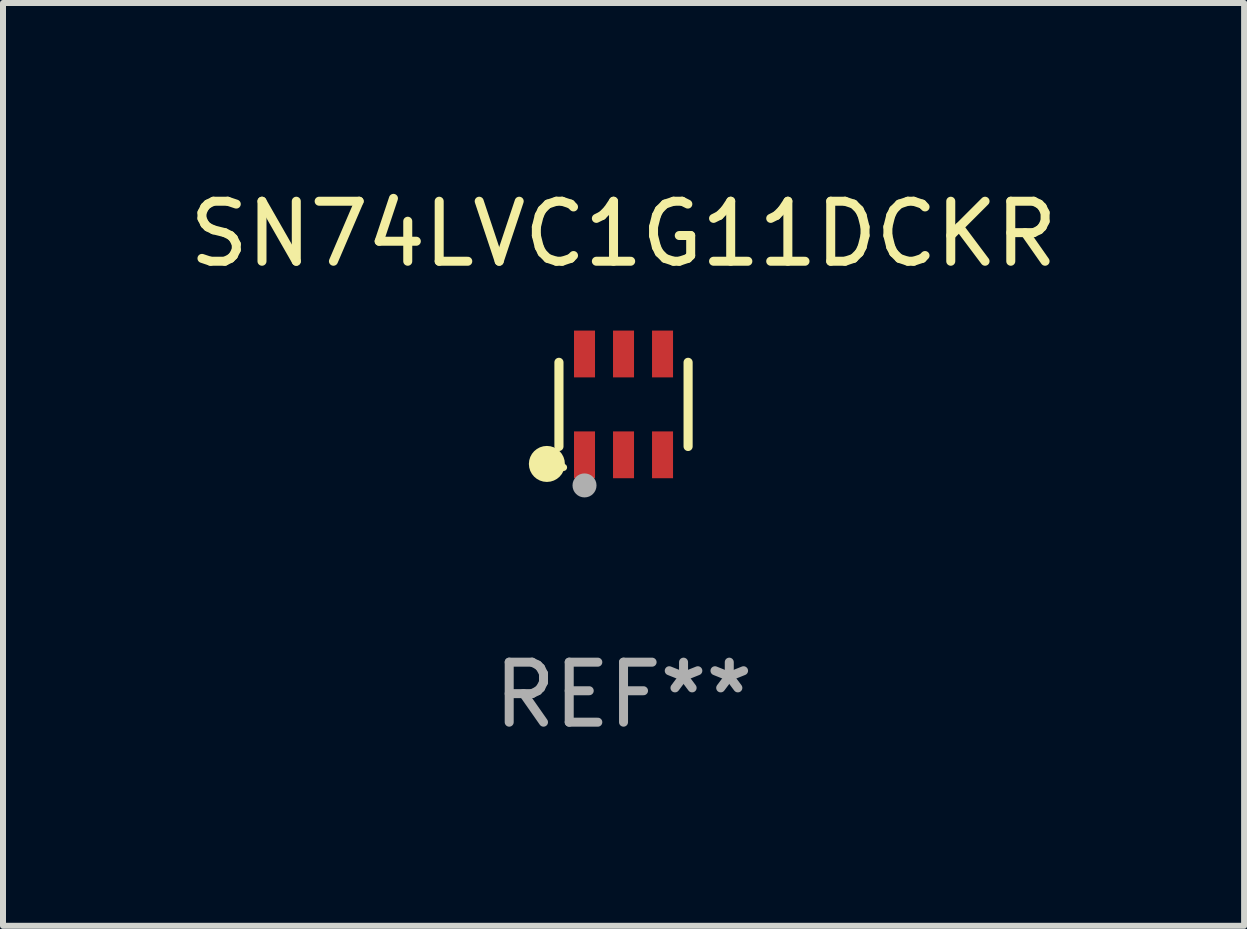
<source format=kicad_pcb>
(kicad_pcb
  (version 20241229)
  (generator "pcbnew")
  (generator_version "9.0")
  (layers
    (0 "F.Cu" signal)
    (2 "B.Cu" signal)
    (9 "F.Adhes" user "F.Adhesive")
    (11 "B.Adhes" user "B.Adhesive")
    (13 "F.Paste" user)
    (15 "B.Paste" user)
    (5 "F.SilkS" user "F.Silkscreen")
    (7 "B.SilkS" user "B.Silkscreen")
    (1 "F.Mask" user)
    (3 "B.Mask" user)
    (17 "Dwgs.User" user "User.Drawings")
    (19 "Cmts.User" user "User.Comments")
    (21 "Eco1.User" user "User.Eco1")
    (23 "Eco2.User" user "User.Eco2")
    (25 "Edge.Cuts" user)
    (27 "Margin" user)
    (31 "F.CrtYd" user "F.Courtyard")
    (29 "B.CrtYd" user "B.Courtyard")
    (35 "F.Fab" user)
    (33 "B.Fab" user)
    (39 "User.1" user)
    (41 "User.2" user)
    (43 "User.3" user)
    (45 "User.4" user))
  (footprint "SN74LVC1G11DCKR"
    (layer "F.Cu")
    (at 7.339 3.688)
    (property "Reference" "SN74LVC1G11DCKR" (at 0 -2.84 0) (layer "F.SilkS") (effects (font (size 1 1) (thickness 0.15))))
    (attr through_hole)
    (fp_line (start -1.076 0.701) (end -1.076 -0.701) (stroke (width 0.152) (type solid)) (layer "F.SilkS"))
    (fp_line (start 1.076 0.701) (end 1.076 -0.701) (stroke (width 0.152) (type solid)) (layer "F.SilkS"))
    (fp_circle (center -1.277 0.992) (end -1.127 0.992) (stroke (width 0.3) (type solid)) (fill no) (layer "F.SilkS"))
    (fp_circle (center -1 1.05) (end -0.97 1.05) (stroke (width 0.06) (type solid)) (fill no) (layer "F.SilkS"))
    (fp_circle (center -0.65 1.35) (end -0.55 1.35) (stroke (width 0.2) (type solid)) (fill no) (layer "F.Fab"))
    (fp_text user "REF**" (at 0 4.84 0) (layer "F.Fab") (effects (font (size 1 1) (thickness 0.15))))
    (pad "1" smd rect (at -0.65 0.84) (size 0.35 0.78) (layers "F.Cu" "F.Mask" "F.Paste"))
    (pad "2" smd rect (at 0 0.84) (size 0.35 0.78) (layers "F.Cu" "F.Mask" "F.Paste"))
    (pad "3" smd rect (at 0.65 0.84) (size 0.35 0.78) (layers "F.Cu" "F.Mask" "F.Paste"))
    (pad "4" smd rect (at 0.65 -0.84) (size 0.35 0.78) (layers "F.Cu" "F.Mask" "F.Paste"))
    (pad "5" smd rect (at 0 -0.84) (size 0.35 0.78) (layers "F.Cu" "F.Mask" "F.Paste"))
    (pad "6" smd rect (at -0.65 -0.84) (size 0.35 0.78) (layers "F.Cu" "F.Mask" "F.Paste")))
  (gr_rect
    (start -3 -3)
    (end 17.679 12.376)
    (stroke (width 0.1) (type default))
    (fill no)
    (layer "Edge.Cuts")))
</source>
